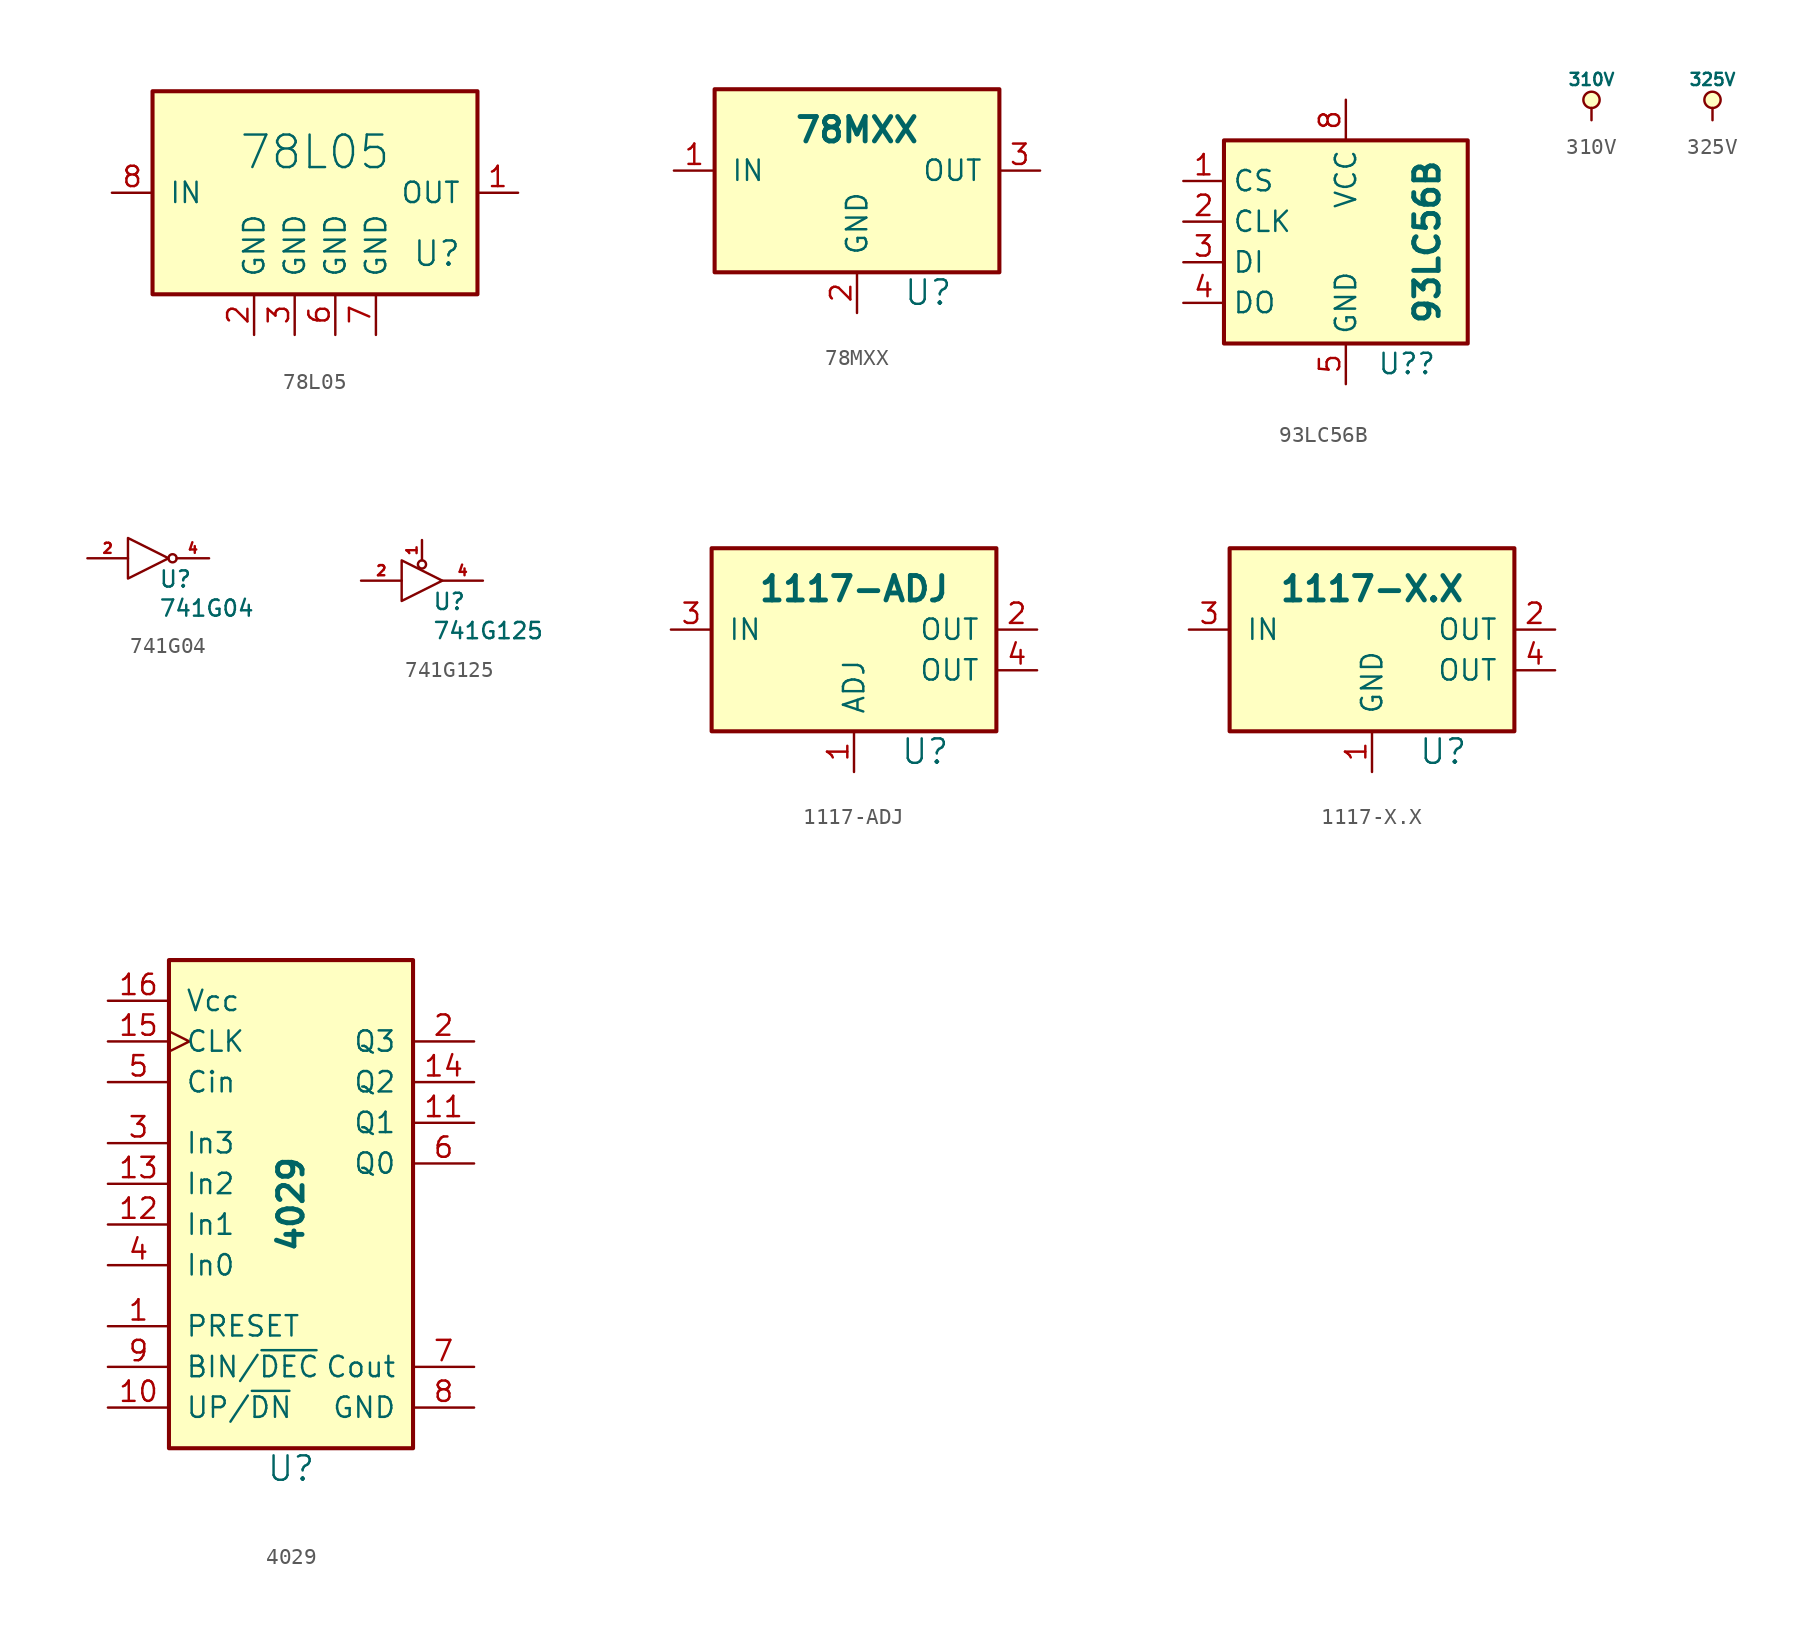
<source format=kicad_sym>
(kicad_symbol_lib
  (version 20231120)
  (generator "kicad_symbol_editor")
  (generator_version "8.0")
  (symbol "78L05"
    (pin_names
      (offset 1.016))
    (property "Reference" "U"
      (at 7.62 -3.81 0)
      (effects (font (size 1.524 1.524))))
    (property "Value" "78L05"
      (at 0 2.54 0)
      (effects (font (size 2.032 2.032))))
    (property "Footprint" ""
      (at 0 0 0)
      (effects (font (size 1.524 1.524))))
    (property "Datasheet" ""
      (at 0 0 0)
      (effects (font (size 1.524 1.524))))
    (symbol "78L05_0_1"
      (rectangle (start 10.16 -6.35) (end -10.16 6.35) (stroke (width 0.254) (type default)) (fill (type background))))
    (symbol "78L05_1_1"
      (pin passive line (at 12.7 0 180) (length 2.54) (name "OUT" (effects (font (size 1.27 1.27)))) (number "1" (effects (font (size 1.27 1.27)))))
      (pin passive line (at -3.81 -8.89 90) (length 2.54) (name "GND" (effects (font (size 1.27 1.27)))) (number "2" (effects (font (size 1.27 1.27)))))
      (pin passive line (at -1.27 -8.89 90) (length 2.54) (name "GND" (effects (font (size 1.27 1.27)))) (number "3" (effects (font (size 1.27 1.27)))))
      (pin passive line (at 1.27 -8.89 90) (length 2.54) (name "GND" (effects (font (size 1.27 1.27)))) (number "6" (effects (font (size 1.27 1.27)))))
      (pin passive line (at 3.81 -8.89 90) (length 2.54) (name "GND" (effects (font (size 1.27 1.27)))) (number "7" (effects (font (size 1.27 1.27)))))
      (pin passive line (at -12.7 0 0) (length 2.54) (name "IN" (effects (font (size 1.27 1.27)))) (number "8" (effects (font (size 1.27 1.27)))))))
  (symbol "78MXX"
    (pin_names
      (offset 1.016))
    (property "Reference" "U"
      (at 4.445 -7.62 0)
      (effects (font (size 1.524 1.524))))
    (property "Value" "78MXX"
      (at 0 2.54 0)
      (effects (font (size 1.524 1.524) (bold yes))))
    (property "Datasheet" ""
      (at 0 0 0)
      (effects (font (size 1.524 1.524))))
    (symbol "78MXX_0_1"
      (rectangle (start -8.89 5.08) (end 8.89 -6.35) (stroke (width 0.254) (type default)) (fill (type background))))
    (symbol "78MXX_1_1"
      (pin passive line (at -11.43 0 0) (length 2.54) (name "IN" (effects (font (size 1.27 1.27)))) (number "1" (effects (font (size 1.27 1.27)))))
      (pin passive line (at 0 -8.89 90) (length 2.54) (name "GND" (effects (font (size 1.27 1.27)))) (number "2" (effects (font (size 1.27 1.27)))))
      (pin passive line (at 11.43 0 180) (length 2.54) (name "OUT" (effects (font (size 1.27 1.27)))) (number "3" (effects (font (size 1.27 1.27)))))))
  (symbol "93LC56B"
    (property "Reference" "U?"
      (at 3.81 -7.62 0)
      (effects (font (size 1.27 1.27))))
    (property "Value" "93LC56B"
      (at 5.08 0 90)
      (effects (font (size 1.524 1.524) (bold yes))))
    (symbol "93LC56B_1_1"
      (rectangle (start -7.62 6.35) (end 7.62 -6.35) (stroke (width 0.254) (type default)) (fill (type background)))
      (pin input line (at -10.16 3.81 0) (length 2.54) (name "CS" (effects (font (size 1.27 1.27)))) (number "1" (effects (font (size 1.27 1.27)))))
      (pin input line (at -10.16 1.27 0) (length 2.54) (name "CLK" (effects (font (size 1.27 1.27)))) (number "2" (effects (font (size 1.27 1.27)))))
      (pin input line (at -10.16 -1.27 0) (length 2.54) (name "DI" (effects (font (size 1.27 1.27)))) (number "3" (effects (font (size 1.27 1.27)))))
      (pin tri_state line (at -10.16 -3.81 0) (length 2.54) (name "DO" (effects (font (size 1.27 1.27)))) (number "4" (effects (font (size 1.27 1.27)))))
      (pin power_in line (at 0 -8.89 90) (length 2.54) (name "GND" (effects (font (size 1.27 1.27)))) (number "5" (effects (font (size 1.27 1.27)))))
      (pin power_in line (at 0 8.89 270) (length 2.54) (name "VCC" (effects (font (size 1.27 1.27)))) (number "8" (effects (font (size 1.27 1.27)))))))
  (symbol "310V"
    (power)
    (pin_names
      (offset 0))
    (property "Reference" "#PWR"
      (at 0 2.54 0)
      (effects (font (size 0.762 0.762)) (hide yes)))
    (property "Value" "310V"
      (at 0 2.54 0)
      (effects (font (size 0.762 0.762))))
    (property "Footprint" ""
      (at 0 0 0)
      (effects (font (size 1.524 1.524))))
    (property "Datasheet" ""
      (at 0 0 0)
      (effects (font (size 1.524 1.524))))
    (symbol "310V_0_0"
      (pin power_in line (at 0 0 90) (length 0) hide (name "310V" (effects (font (size 0.508 0.508)))) (number "1" (effects (font (size 0.508 0.508))))))
    (symbol "310V_0_1"
      (polyline (pts (xy 0 0) (xy 0 0.762) (xy 0 0.762)) (stroke (width 0) (type default)) (fill (type none)))
      (circle (center 0 1.27) (radius 0.508) (stroke (width 0) (type default)) (fill (type background)))))
  (symbol "325V"
    (power)
    (pin_names
      (offset 0))
    (property "Reference" "#PWR"
      (at 0 2.54 0)
      (effects (font (size 0.762 0.762)) (hide yes)))
    (property "Value" "325V"
      (at 0 2.54 0)
      (effects (font (size 0.762 0.762))))
    (property "Footprint" ""
      (at 0 0 0)
      (effects (font (size 1.524 1.524))))
    (property "Datasheet" ""
      (at 0 0 0)
      (effects (font (size 1.524 1.524))))
    (symbol "325V_0_0"
      (pin power_in line (at 0 0 90) (length 0) hide (name "325V" (effects (font (size 0.508 0.508)))) (number "1" (effects (font (size 0.508 0.508))))))
    (symbol "325V_0_1"
      (polyline (pts (xy 0 0) (xy 0 0.762) (xy 0 0.762)) (stroke (width 0) (type default)) (fill (type none)))
      (circle (center 0 1.27) (radius 0.508) (stroke (width 0) (type default)) (fill (type background)))))
  (symbol "741G04"
    (pin_names
      (offset 0.762))
    (property "Reference" "U"
      (at 0.635 -1.905 0)
      (effects (font (size 1.016 1.016)) (justify left bottom)))
    (property "Value" "741G04"
      (at 0.635 -2.54 0)
      (effects (font (size 1.016 1.016)) (justify left top)))
    (property "Footprint" ""
      (at 0 0 0)
      (effects (font (size 1.524 1.524))))
    (property "Datasheet" ""
      (at 0 0 0)
      (effects (font (size 1.524 1.524))))
    (symbol "741G04_0_0"
      (pin power_in line (at -1.27 -1.27 180) (length 0) hide (name "GND" (effects (font (size 0.254 0.254)))) (number "3" (effects (font (size 0.254 0.254)))))
      (pin power_in line (at -1.27 1.27 180) (length 0) hide (name "VCC" (effects (font (size 0.254 0.254)))) (number "5" (effects (font (size 0.254 0.254))))))
    (symbol "741G04_0_1"
      (polyline (pts (xy -1.27 1.27) (xy 1.27 0) (xy -1.27 -1.27) (xy -1.27 1.27)) (stroke (width 0) (type default)) (fill (type none)))
      (circle (center 1.524 0) (radius 0.254) (stroke (width 0) (type default)) (fill (type none))))
    (symbol "741G04_1_1"
      (pin input line (at -3.81 0 0) (length 2.54) (name "~" (effects (font (size 0.762 0.762)))) (number "2" (effects (font (size 0.635 0.635)))))
      (pin tri_state line (at 3.81 0 180) (length 2.032) (name "~" (effects (font (size 0.762 0.762)))) (number "4" (effects (font (size 0.635 0.635)))))))
  (symbol "741G125"
    (pin_names
      (offset 0.762))
    (property "Reference" "U"
      (at 0.635 -1.905 0)
      (effects (font (size 1.016 1.016)) (justify left bottom)))
    (property "Value" "741G125"
      (at 0.635 -2.54 0)
      (effects (font (size 1.016 1.016)) (justify left top)))
    (property "Footprint" ""
      (at 0 0 0)
      (effects (font (size 1.524 1.524))))
    (property "Datasheet" ""
      (at 0 0 0)
      (effects (font (size 1.524 1.524))))
    (symbol "741G125_0_0"
      (pin power_in line (at -1.27 -1.27 180) (length 0) hide (name "GND" (effects (font (size 0.254 0.254)))) (number "3" (effects (font (size 0.254 0.254)))))
      (pin power_in line (at -1.27 1.27 180) (length 0) hide (name "VCC" (effects (font (size 0.254 0.254)))) (number "5" (effects (font (size 0.254 0.254))))))
    (symbol "741G125_0_1"
      (polyline (pts (xy -1.27 1.27) (xy 1.27 0) (xy -1.27 -1.27) (xy -1.27 1.27)) (stroke (width 0) (type default)) (fill (type none)))
      (circle (center 0 1.016) (radius 0.254) (stroke (width 0) (type default)) (fill (type none))))
    (symbol "741G125_1_0"
      (pin input line (at 0 2.54 270) (length 1.27) (name "~" (effects (font (size 0.762 0.762)))) (number "1" (effects (font (size 0.635 0.635))))))
    (symbol "741G125_1_1"
      (pin input line (at -3.81 0 0) (length 2.54) (name "~" (effects (font (size 0.762 0.762)))) (number "2" (effects (font (size 0.635 0.635)))))
      (pin tri_state line (at 3.81 0 180) (length 2.54) (name "~" (effects (font (size 0.762 0.762)))) (number "4" (effects (font (size 0.635 0.635)))))))
  (symbol "1117-ADJ"
    (pin_names
      (offset 1.016))
    (property "Reference" "U"
      (at 4.445 -6.35 0)
      (effects (font (size 1.524 1.524))))
    (property "Value" "1117-ADJ"
      (at 0 3.81 0)
      (effects (font (size 1.524 1.524) (bold yes))))
    (property "Datasheet" ""
      (at 0 0 0)
      (effects (font (size 1.524 1.524))))
    (symbol "1117-ADJ_0_1"
      (rectangle (start 8.89 6.35) (end -8.89 -5.08) (stroke (width 0.254) (type default)) (fill (type background))))
    (symbol "1117-ADJ_1_1"
      (pin passive line (at 0 -7.62 90) (length 2.54) (name "ADJ" (effects (font (size 1.27 1.27)))) (number "1" (effects (font (size 1.27 1.27)))))
      (pin passive line (at 11.43 1.27 180) (length 2.54) (name "OUT" (effects (font (size 1.27 1.27)))) (number "2" (effects (font (size 1.27 1.27)))))
      (pin passive line (at -11.43 1.27 0) (length 2.54) (name "IN" (effects (font (size 1.27 1.27)))) (number "3" (effects (font (size 1.27 1.27)))))
      (pin passive line (at 11.43 -1.27 180) (length 2.54) (name "OUT" (effects (font (size 1.27 1.27)))) (number "4" (effects (font (size 1.27 1.27)))))))
  (symbol "1117-X.X"
    (pin_names
      (offset 1.016))
    (property "Reference" "U"
      (at 4.445 -6.35 0)
      (effects (font (size 1.524 1.524))))
    (property "Value" "1117-X.X"
      (at 0 3.81 0)
      (effects (font (size 1.524 1.524) (bold yes))))
    (property "Datasheet" ""
      (at 0 0 0)
      (effects (font (size 1.524 1.524))))
    (symbol "1117-X.X_0_1"
      (rectangle (start 8.89 6.35) (end -8.89 -5.08) (stroke (width 0.254) (type default)) (fill (type background))))
    (symbol "1117-X.X_1_1"
      (pin passive line (at 0 -7.62 90) (length 2.54) (name "GND" (effects (font (size 1.27 1.27)))) (number "1" (effects (font (size 1.27 1.27)))))
      (pin passive line (at 11.43 1.27 180) (length 2.54) (name "OUT" (effects (font (size 1.27 1.27)))) (number "2" (effects (font (size 1.27 1.27)))))
      (pin passive line (at -11.43 1.27 0) (length 2.54) (name "IN" (effects (font (size 1.27 1.27)))) (number "3" (effects (font (size 1.27 1.27)))))
      (pin passive line (at 11.43 -1.27 180) (length 2.54) (name "OUT" (effects (font (size 1.27 1.27)))) (number "4" (effects (font (size 1.27 1.27)))))))
  (symbol "4029"
    (pin_names
      (offset 1.016))
    (property "Reference" "U"
      (at 0 -16.51 0)
      (effects (font (size 1.524 1.524))))
    (property "Value" "4029"
      (at 0 0 90)
      (effects (font (size 1.524 1.524) (bold yes))))
    (symbol "4029_0_0"
      (rectangle (start -7.62 15.24) (end 7.62 -15.24) (stroke (width 0.254) (type default)) (fill (type background))))
    (symbol "4029_1_1"
      (pin passive line (at -11.43 -7.62 0) (length 3.81) (name "PRESET" (effects (font (size 1.27 1.27)))) (number "1" (effects (font (size 1.27 1.27)))))
      (pin passive line (at -11.43 -12.7 0) (length 3.81) (name "UP/~{DN}" (effects (font (size 1.27 1.27)))) (number "10" (effects (font (size 1.27 1.27)))))
      (pin passive line (at 11.43 5.08 180) (length 3.81) (name "Q1" (effects (font (size 1.27 1.27)))) (number "11" (effects (font (size 1.27 1.27)))))
      (pin passive line (at -11.43 -1.27 0) (length 3.81) (name "In1" (effects (font (size 1.27 1.27)))) (number "12" (effects (font (size 1.27 1.27)))))
      (pin passive line (at -11.43 1.27 0) (length 3.81) (name "In2" (effects (font (size 1.27 1.27)))) (number "13" (effects (font (size 1.27 1.27)))))
      (pin passive line (at 11.43 7.62 180) (length 3.81) (name "Q2" (effects (font (size 1.27 1.27)))) (number "14" (effects (font (size 1.27 1.27)))))
      (pin passive clock (at -11.43 10.16 0) (length 3.81) (name "CLK" (effects (font (size 1.27 1.27)))) (number "15" (effects (font (size 1.27 1.27)))))
      (pin passive line (at -11.43 12.7 0) (length 3.81) (name "Vcc" (effects (font (size 1.27 1.27)))) (number "16" (effects (font (size 1.27 1.27)))))
      (pin passive line (at 11.43 10.16 180) (length 3.81) (name "Q3" (effects (font (size 1.27 1.27)))) (number "2" (effects (font (size 1.27 1.27)))))
      (pin passive line (at -11.43 3.81 0) (length 3.81) (name "In3" (effects (font (size 1.27 1.27)))) (number "3" (effects (font (size 1.27 1.27)))))
      (pin passive line (at -11.43 -3.81 0) (length 3.81) (name "In0" (effects (font (size 1.27 1.27)))) (number "4" (effects (font (size 1.27 1.27)))))
      (pin passive line (at -11.43 7.62 0) (length 3.81) (name "Cin" (effects (font (size 1.27 1.27)))) (number "5" (effects (font (size 1.27 1.27)))))
      (pin passive line (at 11.43 2.54 180) (length 3.81) (name "Q0" (effects (font (size 1.27 1.27)))) (number "6" (effects (font (size 1.27 1.27)))))
      (pin passive line (at 11.43 -10.16 180) (length 3.81) (name "Cout" (effects (font (size 1.27 1.27)))) (number "7" (effects (font (size 1.27 1.27)))))
      (pin passive line (at 11.43 -12.7 180) (length 3.81) (name "GND" (effects (font (size 1.27 1.27)))) (number "8" (effects (font (size 1.27 1.27)))))
      (pin passive line (at -11.43 -10.16 0) (length 3.81) (name "BIN/~{DEC}" (effects (font (size 1.27 1.27)))) (number "9" (effects (font (size 1.27 1.27))))))))
</source>
